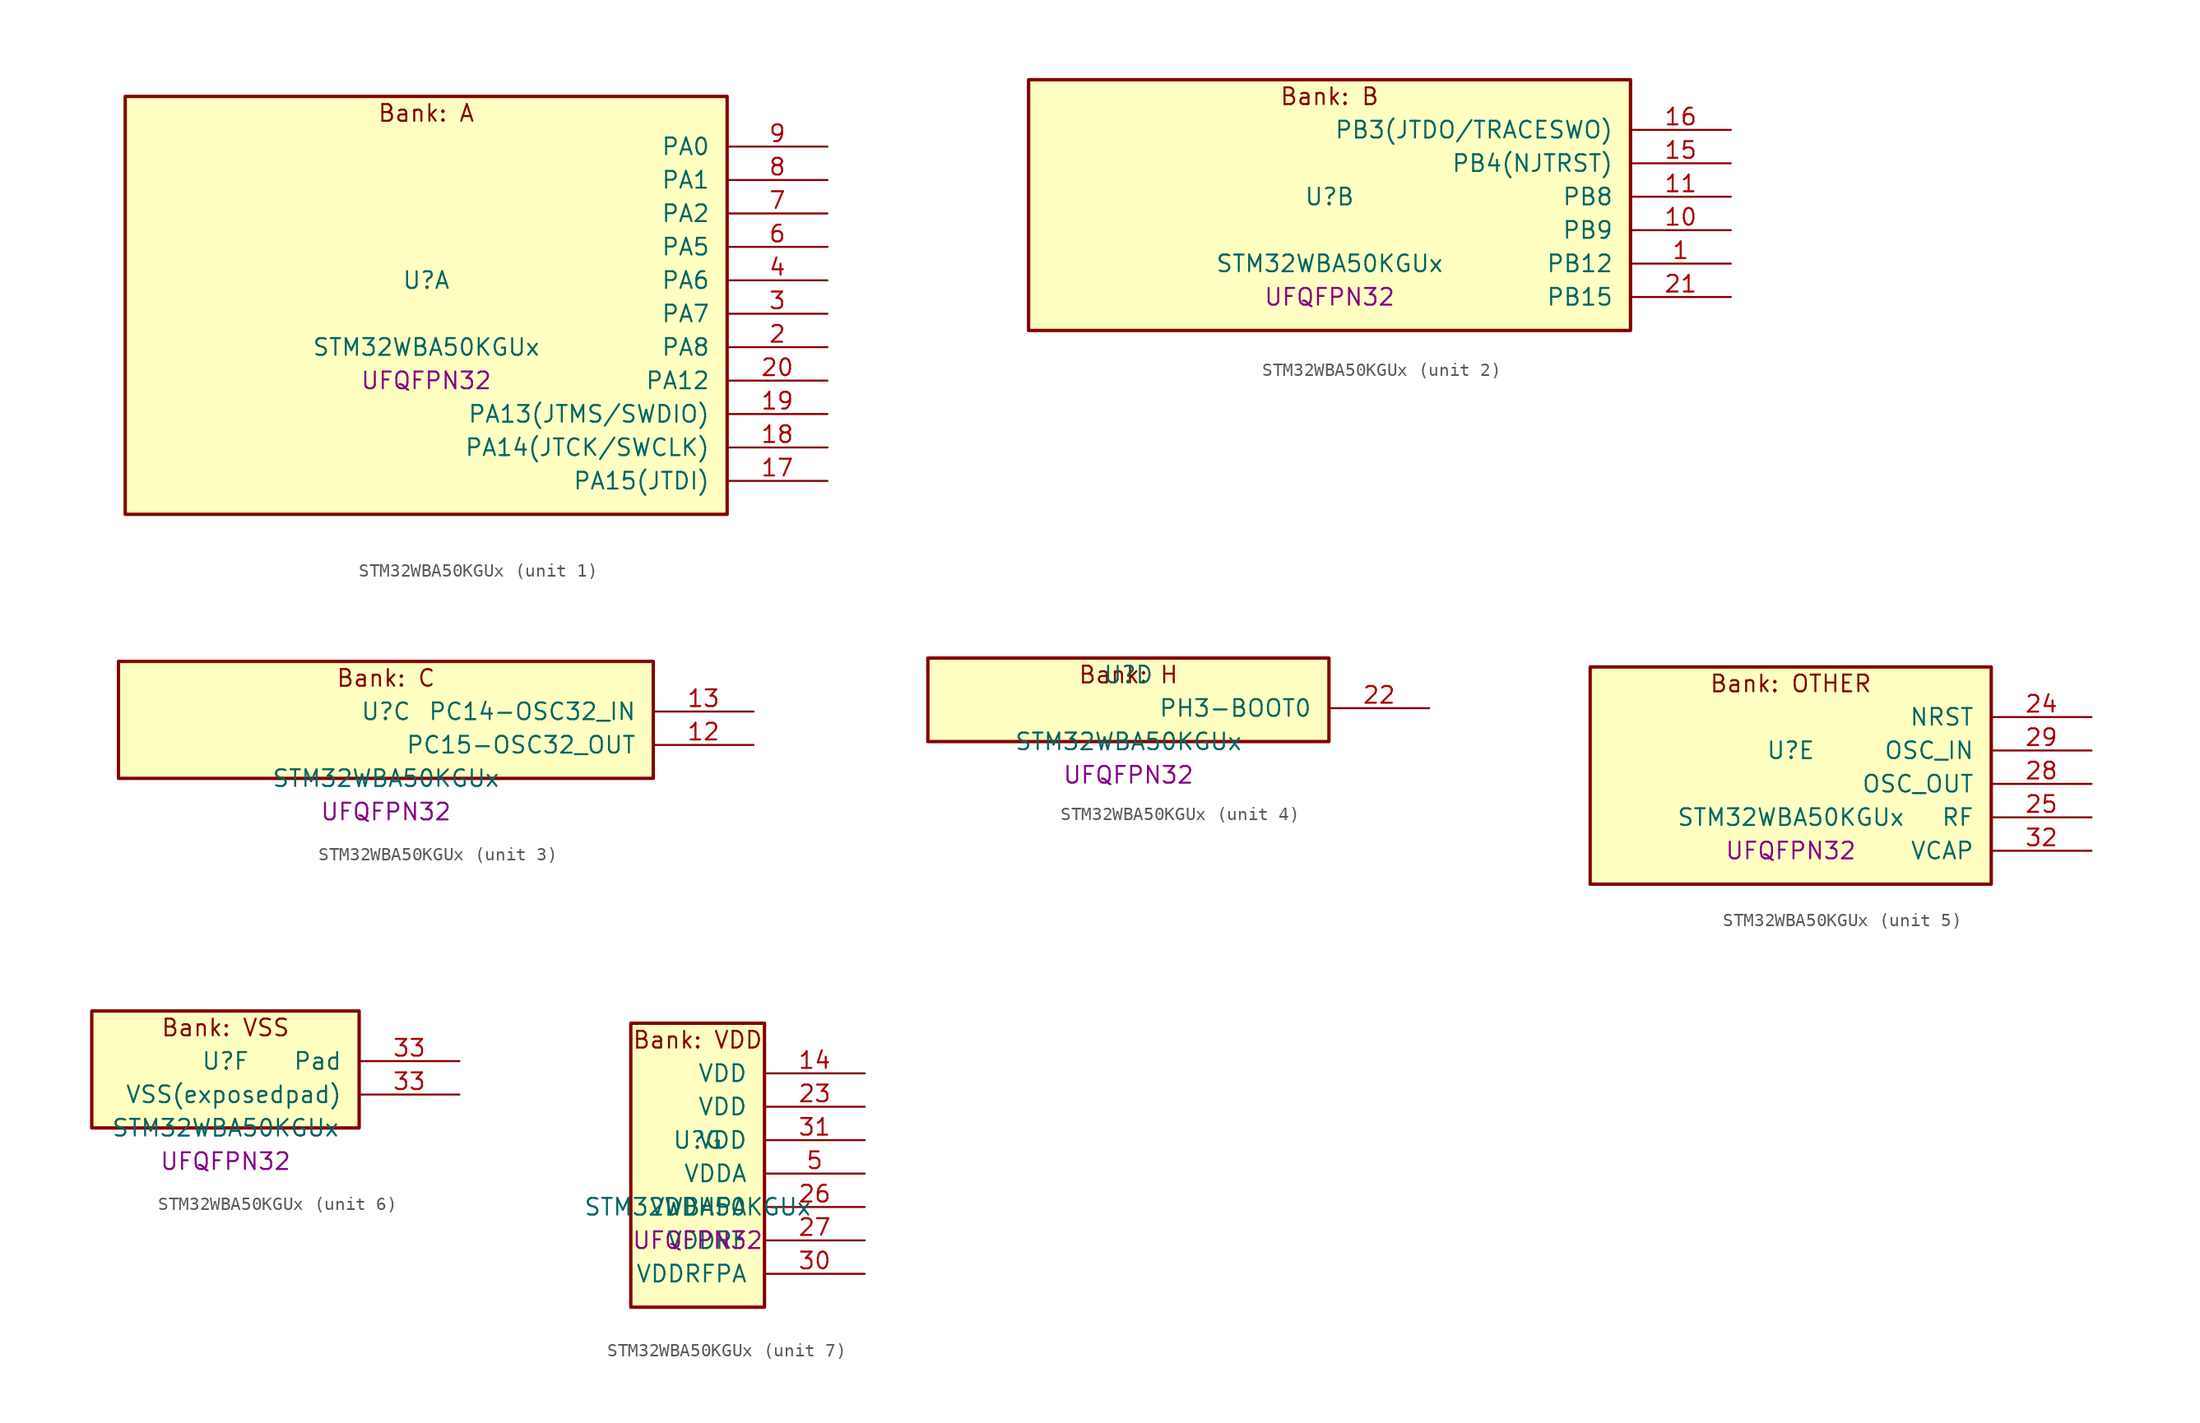
<source format=kicad_sym>
(kicad_symbol_lib
  (version 20241209)
  (generator "stm32_pkl_generator")
  (generator_version "1.0")
  (symbol "STM32WBA50KGUx"
    (pin_names
      (offset 1.27))
    (property "Reference" "U"
      (at 0 2.54 0))
    (property "Value" "STM32WBA50KGUx"
      (at 0 -2.54 0))
    (property "Footprint" "UFQFPN32"
      (at 0 -5.08 0))
    (symbol "STM32WBA50KGUx_1_1"
      (rectangle (start -22.86 16.51) (end 22.86 -15.24) (stroke (width 0.254) (type solid)) (fill (type background)))
      (text "Bank: A" (at 0 15.24 0))
      (pin bidirectional line (at 30.48 12.7 180) (length 7.62) (name "PA0") (number "9") (alternate "PA0/ADC4_IN9" bidirectional line) (alternate "PA0/LPTIM1_IN1" bidirectional line) (alternate "PA0/LPUART1_CTS" bidirectional line) (alternate "PA0/PWR_WKUP1" bidirectional line) (alternate "PA0/SPI3_SCK" bidirectional line) (alternate "PA0/TIM1_CH2N" bidirectional line) (alternate "PA0/TSC_G2_IO2" bidirectional line))
      (pin bidirectional line (at 30.48 10.16 180) (length 7.62) (name "PA1") (number "8") (alternate "PA1/ADC4_IN8" bidirectional line) (alternate "PA1/LPUART1_RX" bidirectional line) (alternate "PA1/PWR_WKUP3" bidirectional line) (alternate "PA1/TIM1_CH1N" bidirectional line) (alternate "PA1/TSC_G2_IO1" bidirectional line) (alternate "PA1/USART1_CK" bidirectional line))
      (pin bidirectional line (at 30.48 7.62 180) (length 7.62) (name "PA2") (number "7") (alternate "PA2/ADC4_IN7" bidirectional line) (alternate "PA2/LPUART1_TX" bidirectional line) (alternate "PA2/PWR_WKUP4" bidirectional line) (alternate "PA2/RCC_LSCO" bidirectional line) (alternate "PA2/TIM16_CH1" bidirectional line) (alternate "PA2/TIM1_BKIN" bidirectional line) (alternate "PA2/TSC_G4_IO4" bidirectional line) (alternate "PA2/USART1_DE" bidirectional line) (alternate "PA2/USART1_RTS" bidirectional line))
      (pin bidirectional line (at 30.48 5.08 180) (length 7.62) (name "PA5") (number "6") (alternate "PA5/ADC4_IN4" bidirectional line) (alternate "PA5/PWR_CSLEEP" bidirectional line) (alternate "PA5/PWR_WKUP6" bidirectional line) (alternate "PA5/SPI3_NSS" bidirectional line) (alternate "PA5/TIM2_CH1" bidirectional line) (alternate "PA5/TIM2_ETR" bidirectional line) (alternate "PA5/TSC_G1_IO4" bidirectional line) (alternate "PA5/USART1_CK" bidirectional line))
      (pin bidirectional line (at 30.48 2.54 180) (length 7.62) (name "PA6") (number "4") (alternate "PA6/ADC4_IN3" bidirectional line) (alternate "PA6/I2C3_SCL" bidirectional line) (alternate "PA6/PWR_CSTOP" bidirectional line) (alternate "PA6/PWR_WKUP7" bidirectional line) (alternate "PA6/SPI3_RDY" bidirectional line) (alternate "PA6/TIM2_CH4" bidirectional line) (alternate "PA6/TSC_G1_IO3" bidirectional line) (alternate "PA6/USART1_DE" bidirectional line) (alternate "PA6/USART1_RTS" bidirectional line))
      (pin bidirectional line (at 30.48 0 180) (length 7.62) (name "PA7") (number "3") (alternate "PA7/ADC4_IN2" bidirectional line) (alternate "PA7/I2C3_SDA" bidirectional line) (alternate "PA7/PWR_WKUP8" bidirectional line) (alternate "PA7/TAMP_IN1" bidirectional line) (alternate "PA7/TAMP_OUT2" bidirectional line) (alternate "PA7/TIM2_CH3" bidirectional line) (alternate "PA7/TSC_G1_IO2" bidirectional line) (alternate "PA7/USART1_CTS" bidirectional line))
      (pin bidirectional line (at 30.48 -2.54 180) (length 7.62) (name "PA8") (number "2") (alternate "PA8/ADC4_IN1" bidirectional line) (alternate "PA8/LPTIM1_CH2" bidirectional line) (alternate "PA8/RCC_MCO" bidirectional line) (alternate "PA8/SPI3_RDY" bidirectional line) (alternate "PA8/TIM2_CH2" bidirectional line) (alternate "PA8/TSC_G1_IO1" bidirectional line) (alternate "PA8/USART1_RX" bidirectional line))
      (pin bidirectional line (at 30.48 -5.08 180) (length 7.62) (name "PA12") (number "20") (alternate "PA12/PWR_WKUP6" bidirectional line) (alternate "PA12/TIM1_CH2" bidirectional line) (alternate "PA12/TSC_G3_IO4" bidirectional line))
      (pin bidirectional line (at 30.48 -7.62 180) (length 7.62) (name "PA13(JTMS/SWDIO)") (number "19") (alternate "PA13(JTMS/SWDIO)/DEBUG_JTMS-SWDIO" bidirectional line))
      (pin bidirectional line (at 30.48 -10.16 180) (length 7.62) (name "PA14(JTCK/SWCLK)") (number "18") (alternate "PA14(JTCK/SWCLK)/DEBUG_JTCK-SWCLK" bidirectional line) (alternate "PA14(JTCK/SWCLK)/TAMP_IN3" bidirectional line) (alternate "PA14(JTCK/SWCLK)/TAMP_OUT6" bidirectional line))
      (pin bidirectional line (at 30.48 -12.7 180) (length 7.62) (name "PA15(JTDI)") (number "17") (alternate "PA15(JTDI)/ADC4_EXTI15" bidirectional line) (alternate "PA15(JTDI)/DEBUG_JTDI" bidirectional line) (alternate "PA15(JTDI)/LPTIM1_CH2" bidirectional line) (alternate "PA15(JTDI)/TIM1_ETR" bidirectional line) (alternate "PA15(JTDI)/TSC_G3_IO3" bidirectional line)))
    (symbol "STM32WBA50KGUx_2_1"
      (rectangle (start -22.86 11.43) (end 22.86 -7.62) (stroke (width 0.254) (type solid)) (fill (type background)))
      (text "Bank: B" (at 0 10.16 0))
      (pin bidirectional line (at 30.48 7.62 180) (length 7.62) (name "PB3(JTDO/TRACESWO)") (number "16") (alternate "PB3(JTDO/TRACESWO)/DEBUG_JTDO-SWO" bidirectional line) (alternate "PB3(JTDO/TRACESWO)/LPTIM1_IN2" bidirectional line) (alternate "PB3(JTDO/TRACESWO)/TIM1_CH4" bidirectional line) (alternate "PB3(JTDO/TRACESWO)/TSC_G3_IO2" bidirectional line))
      (pin bidirectional line (at 30.48 5.08 180) (length 7.62) (name "PB4(NJTRST)") (number "15") (alternate "PB4(NJTRST)/DEBUG_JTRST" bidirectional line) (alternate "PB4(NJTRST)/TIM1_CH3" bidirectional line) (alternate "PB4(NJTRST)/TSC_G3_IO1" bidirectional line))
      (pin bidirectional line (at 30.48 2.54 180) (length 7.62) (name "PB8") (number "11") (alternate "PB8/LPTIM1_ETR" bidirectional line) (alternate "PB8/PWR_PVD_IN" bidirectional line) (alternate "PB8/SPI3_MOSI" bidirectional line) (alternate "PB8/TIM16_CH1N" bidirectional line) (alternate "PB8/TIM1_CH1" bidirectional line) (alternate "PB8/TSC_G2_IO4" bidirectional line))
      (pin bidirectional line (at 30.48 0 180) (length 7.62) (name "PB9") (number "10") (alternate "PB9/ADC4_IN10" bidirectional line) (alternate "PB9/LPUART1_DE" bidirectional line) (alternate "PB9/LPUART1_RTS" bidirectional line) (alternate "PB9/PWR_WKUP8" bidirectional line) (alternate "PB9/SPI3_MISO" bidirectional line) (alternate "PB9/TIM16_CH1" bidirectional line) (alternate "PB9/TIM1_CH3N" bidirectional line) (alternate "PB9/TSC_G2_IO3" bidirectional line))
      (pin bidirectional line (at 30.48 -2.54 180) (length 7.62) (name "PB12") (number "1") (alternate "PB12/TIM2_CH1" bidirectional line) (alternate "PB12/TIM2_ETR" bidirectional line) (alternate "PB12/TSC_SYNC" bidirectional line) (alternate "PB12/USART1_TX" bidirectional line))
      (pin bidirectional line (at 30.48 -5.08 180) (length 7.62) (name "PB15") (number "21") (alternate "PB15/ADC4_EXTI15" bidirectional line) (alternate "PB15/I2C3_SMBA" bidirectional line) (alternate "PB15/LPUART1_CTS" bidirectional line) (alternate "PB15/TIM16_BKIN" bidirectional line) (alternate "PB15/TIM1_BKIN2" bidirectional line)))
    (symbol "STM32WBA50KGUx_3_1"
      (rectangle (start -20.32 6.35) (end 20.32 -2.54) (stroke (width 0.254) (type solid)) (fill (type background)))
      (text "Bank: C" (at 0 5.08 0))
      (pin bidirectional line (at 27.94 2.54 180) (length 7.62) (name "PC14-OSC32_IN") (number "13") (alternate "PC14-OSC32_IN/RCC_OSC32_IN" bidirectional line))
      (pin bidirectional line (at 27.94 0 180) (length 7.62) (name "PC15-OSC32_OUT") (number "12") (alternate "PC15-OSC32_OUT/ADC4_EXTI15" bidirectional line) (alternate "PC15-OSC32_OUT/RCC_OSC32_OUT" bidirectional line)))
    (symbol "STM32WBA50KGUx_4_1"
      (rectangle (start -15.24 3.81) (end 15.24 -2.54) (stroke (width 0.254) (type solid)) (fill (type background)))
      (text "Bank: H" (at 0 2.54 0))
      (pin bidirectional line (at 22.86 0 180) (length 7.62) (name "PH3-BOOT0") (number "22") (alternate "PH3-BOOT0/TAMP_IN2" bidirectional line) (alternate "PH3-BOOT0/TAMP_OUT1" bidirectional line)))
    (symbol "STM32WBA50KGUx_5_1"
      (rectangle (start -15.24 8.89) (end 15.24 -7.62) (stroke (width 0.254) (type solid)) (fill (type background)))
      (text "Bank: OTHER" (at 0 7.62 0))
      (pin input line (at 22.86 5.08 180) (length 7.62) (name "NRST") (number "24"))
      (pin bidirectional line (at 22.86 2.54 180) (length 7.62) (name "OSC_IN") (number "29") (alternate "OSC_IN/RCC_OSC_IN" bidirectional line))
      (pin bidirectional line (at 22.86 0 180) (length 7.62) (name "OSC_OUT") (number "28") (alternate "OSC_OUT/RCC_OSC_OUT" bidirectional line))
      (pin bidirectional line (at 22.86 -2.54 180) (length 7.62) (name "RF") (number "25"))
      (pin power_in line (at 22.86 -5.08 180) (length 7.62) (name "VCAP") (number "32")))
    (symbol "STM32WBA50KGUx_6_1"
      (rectangle (start -10.16 6.35) (end 10.16 -2.54) (stroke (width 0.254) (type solid)) (fill (type background)))
      (text "Bank: VSS" (at 0 5.08 0))
      (pin passive line (at 17.78 2.54 180) (length 7.62) (name "Pad") (number "33"))
      (pin power_in line (at 17.78 0 180) (length 7.62) (name "VSS(exposedpad)") (number "33")))
    (symbol "STM32WBA50KGUx_7_1"
      (rectangle (start -5.08 11.43) (end 5.08 -10.16) (stroke (width 0.254) (type solid)) (fill (type background)))
      (text "Bank: VDD" (at 0 10.16 0))
      (pin power_in line (at 12.7 7.62 180) (length 7.62) (name "VDD") (number "14"))
      (pin power_in line (at 12.7 5.08 180) (length 7.62) (name "VDD") (number "23"))
      (pin power_in line (at 12.7 2.54 180) (length 7.62) (name "VDD") (number "31"))
      (pin power_in line (at 12.7 0 180) (length 7.62) (name "VDDA") (number "5"))
      (pin power_in line (at 12.7 -2.54 180) (length 7.62) (name "VDDHPA") (number "26"))
      (pin power_in line (at 12.7 -5.08 180) (length 7.62) (name "VDDRF") (number "27"))
      (pin power_in line (at 12.7 -7.62 180) (length 7.62) (name "VDDRFPA") (number "30")))))
</source>
